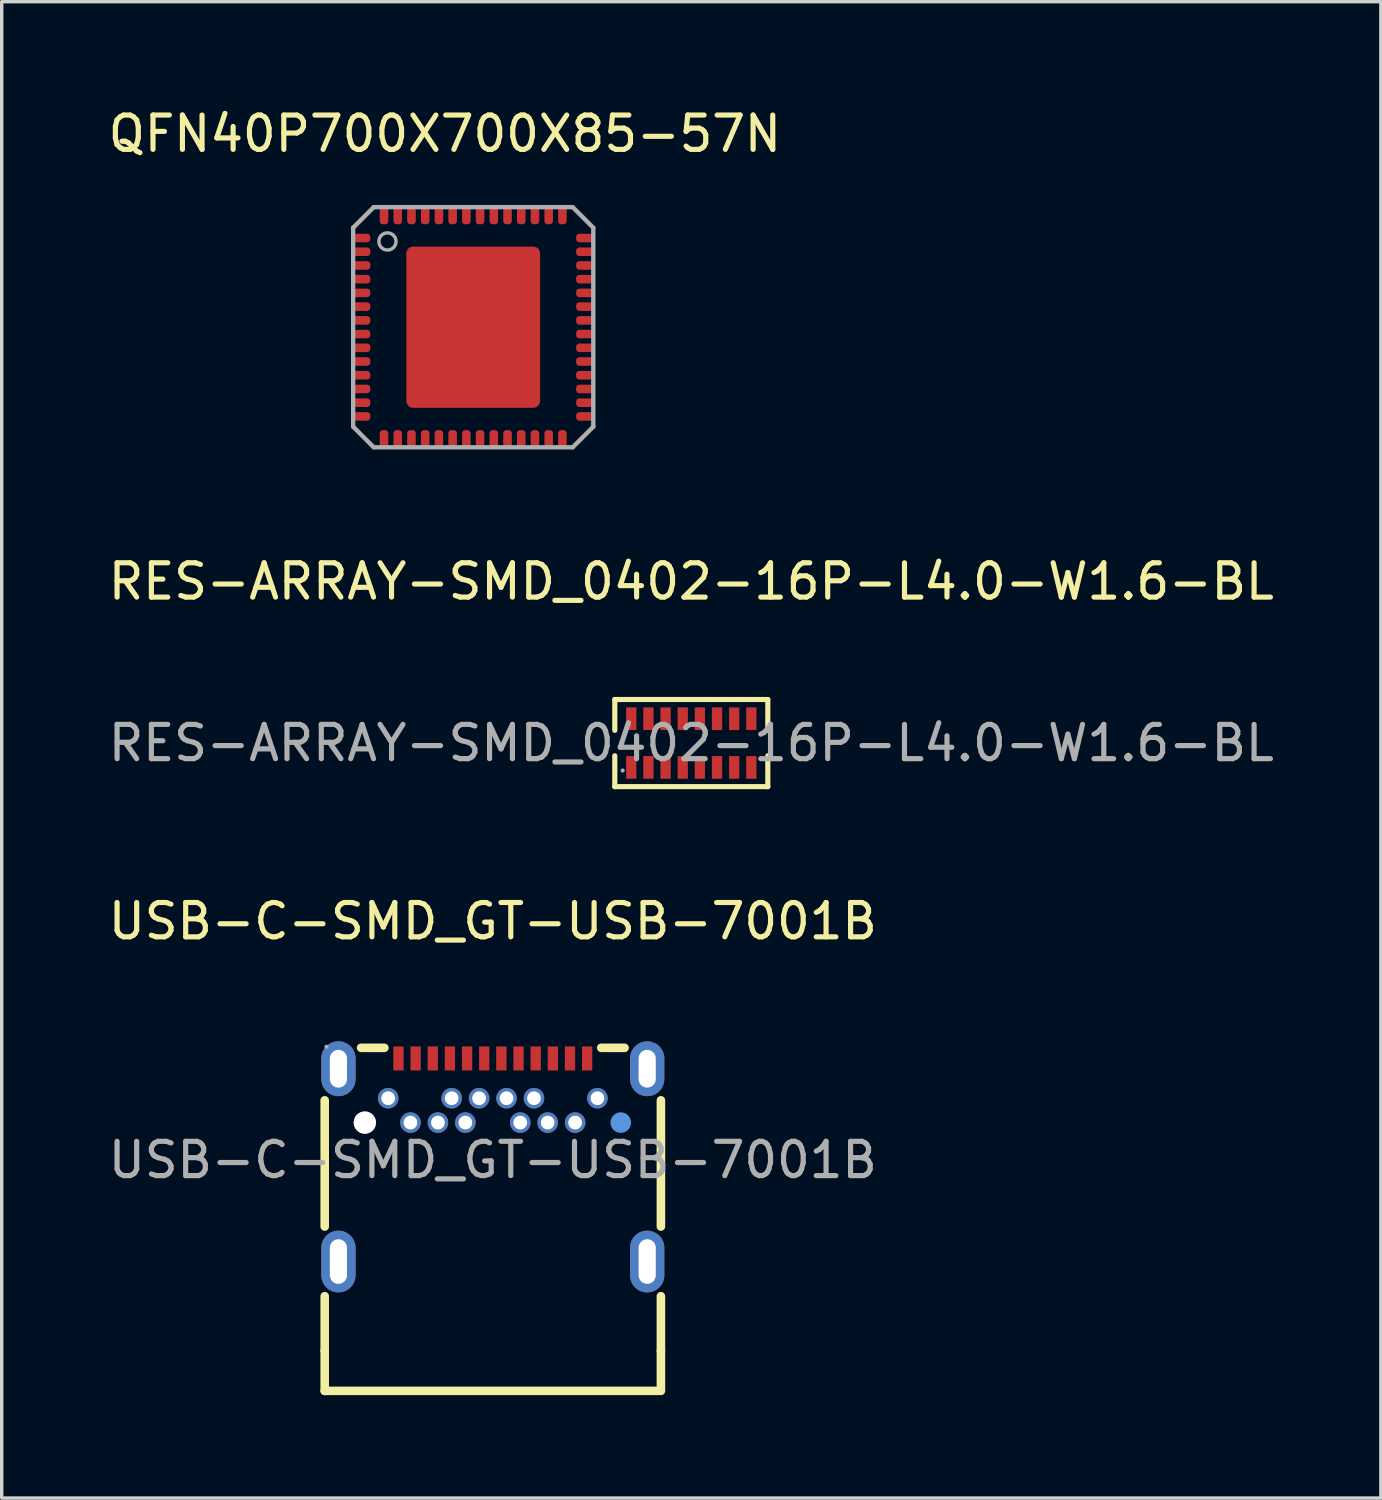
<source format=kicad_pcb>
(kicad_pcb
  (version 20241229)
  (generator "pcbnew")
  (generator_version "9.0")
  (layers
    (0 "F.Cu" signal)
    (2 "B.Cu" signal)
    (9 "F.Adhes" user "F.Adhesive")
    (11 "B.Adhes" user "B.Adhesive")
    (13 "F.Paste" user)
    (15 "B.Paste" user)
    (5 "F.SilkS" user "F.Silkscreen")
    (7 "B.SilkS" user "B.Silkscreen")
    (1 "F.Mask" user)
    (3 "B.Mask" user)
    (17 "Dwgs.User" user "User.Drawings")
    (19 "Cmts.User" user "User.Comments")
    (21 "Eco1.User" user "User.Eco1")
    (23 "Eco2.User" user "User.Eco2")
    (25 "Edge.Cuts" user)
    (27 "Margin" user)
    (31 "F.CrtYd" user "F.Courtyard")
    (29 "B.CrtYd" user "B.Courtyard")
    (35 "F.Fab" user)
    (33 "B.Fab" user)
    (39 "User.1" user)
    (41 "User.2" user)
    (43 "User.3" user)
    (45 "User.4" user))
  (footprint "QFN40P700X700X85-57N"
    (layer "F.Cu")
    (at 10.744 6.488)
    (property "Reference" "QFN40P700X700X85-57N" (at -0.826 -5.639 0) (layer "F.SilkS") (effects (font (size 1.001 1.001) (thickness 0.15))))
    (attr smd)
    (fp_line (start -3.5 -2.9) (end -3.5 2.9) (stroke (width 0.127) (type solid)) (layer "F.Fab"))
    (fp_line (start -3.5 2.9) (end -2.9 3.5) (stroke (width 0.127) (type solid)) (layer "F.Fab"))
    (fp_line (start -2.9 -3.5) (end -3.5 -2.9) (stroke (width 0.127) (type solid)) (layer "F.Fab"))
    (fp_line (start -2.9 3.5) (end 2.9 3.5) (stroke (width 0.127) (type solid)) (layer "F.Fab"))
    (fp_line (start 2.9 -3.5) (end -2.9 -3.5) (stroke (width 0.127) (type solid)) (layer "F.Fab"))
    (fp_line (start 2.9 -3.5) (end 3.5 -2.9) (stroke (width 0.127) (type solid)) (layer "F.Fab"))
    (fp_line (start 3.5 2.9) (end 2.9 3.5) (stroke (width 0.127) (type solid)) (layer "F.Fab"))
    (fp_line (start 3.5 2.9) (end 3.5 -2.9) (stroke (width 0.127) (type solid)) (layer "F.Fab"))
    (fp_circle (center -2.5 -2.5) (end -2.25 -2.5) (stroke (width 0.1) (type solid)) (fill no) (layer "F.Fab"))
    (pad "1" smd roundrect (at -3.25 -2.6) (size 0.5 0.25) (layers "F.Cu" "F.Mask" "F.Paste") (roundrect_rratio 0.375))
    (pad "2" smd roundrect (at -3.25 -2.2) (size 0.5 0.25) (layers "F.Cu" "F.Mask" "F.Paste") (roundrect_rratio 0.375))
    (pad "3" smd roundrect (at -3.25 -1.8) (size 0.5 0.25) (layers "F.Cu" "F.Mask" "F.Paste") (roundrect_rratio 0.375))
    (pad "4" smd roundrect (at -3.25 -1.4) (size 0.5 0.25) (layers "F.Cu" "F.Mask" "F.Paste") (roundrect_rratio 0.375))
    (pad "5" smd roundrect (at -3.25 -1) (size 0.5 0.25) (layers "F.Cu" "F.Mask" "F.Paste") (roundrect_rratio 0.375))
    (pad "6" smd roundrect (at -3.25 -0.6) (size 0.5 0.25) (layers "F.Cu" "F.Mask" "F.Paste") (roundrect_rratio 0.375))
    (pad "7" smd roundrect (at -3.25 -0.2) (size 0.5 0.25) (layers "F.Cu" "F.Mask" "F.Paste") (roundrect_rratio 0.375))
    (pad "8" smd roundrect (at -3.25 0.2) (size 0.5 0.25) (layers "F.Cu" "F.Mask" "F.Paste") (roundrect_rratio 0.375))
    (pad "9" smd roundrect (at -3.25 0.6) (size 0.5 0.25) (layers "F.Cu" "F.Mask" "F.Paste") (roundrect_rratio 0.375))
    (pad "10" smd roundrect (at -3.25 1) (size 0.5 0.25) (layers "F.Cu" "F.Mask" "F.Paste") (roundrect_rratio 0.375))
    (pad "11" smd roundrect (at -3.25 1.4) (size 0.5 0.25) (layers "F.Cu" "F.Mask" "F.Paste") (roundrect_rratio 0.375))
    (pad "12" smd roundrect (at -3.25 1.8) (size 0.5 0.25) (layers "F.Cu" "F.Mask" "F.Paste") (roundrect_rratio 0.375))
    (pad "13" smd roundrect (at -3.25 2.2) (size 0.5 0.25) (layers "F.Cu" "F.Mask" "F.Paste") (roundrect_rratio 0.375))
    (pad "14" smd roundrect (at -3.25 2.6) (size 0.5 0.25) (layers "F.Cu" "F.Mask" "F.Paste") (roundrect_rratio 0.375))
    (pad "15" smd roundrect (at -2.6 3.25 90) (size 0.5 0.25) (layers "F.Cu" "F.Mask" "F.Paste") (roundrect_rratio 0.375))
    (pad "16" smd roundrect (at -2.2 3.25 90) (size 0.5 0.25) (layers "F.Cu" "F.Mask" "F.Paste") (roundrect_rratio 0.375))
    (pad "17" smd roundrect (at -1.8 3.25 90) (size 0.5 0.25) (layers "F.Cu" "F.Mask" "F.Paste") (roundrect_rratio 0.375))
    (pad "18" smd roundrect (at -1.4 3.25 90) (size 0.5 0.25) (layers "F.Cu" "F.Mask" "F.Paste") (roundrect_rratio 0.375))
    (pad "19" smd roundrect (at -1 3.25 90) (size 0.5 0.25) (layers "F.Cu" "F.Mask" "F.Paste") (roundrect_rratio 0.375))
    (pad "20" smd roundrect (at -0.6 3.25 90) (size 0.5 0.25) (layers "F.Cu" "F.Mask" "F.Paste") (roundrect_rratio 0.375))
    (pad "21" smd roundrect (at -0.2 3.25 90) (size 0.5 0.25) (layers "F.Cu" "F.Mask" "F.Paste") (roundrect_rratio 0.375))
    (pad "22" smd roundrect (at 0.2 3.25 90) (size 0.5 0.25) (layers "F.Cu" "F.Mask" "F.Paste") (roundrect_rratio 0.375))
    (pad "23" smd roundrect (at 0.6 3.25 90) (size 0.5 0.25) (layers "F.Cu" "F.Mask" "F.Paste") (roundrect_rratio 0.375))
    (pad "24" smd roundrect (at 1 3.25 90) (size 0.5 0.25) (layers "F.Cu" "F.Mask" "F.Paste") (roundrect_rratio 0.375))
    (pad "25" smd roundrect (at 1.4 3.25 90) (size 0.5 0.25) (layers "F.Cu" "F.Mask" "F.Paste") (roundrect_rratio 0.375))
    (pad "26" smd roundrect (at 1.8 3.25 90) (size 0.5 0.25) (layers "F.Cu" "F.Mask" "F.Paste") (roundrect_rratio 0.375))
    (pad "27" smd roundrect (at 2.2 3.25 90) (size 0.5 0.25) (layers "F.Cu" "F.Mask" "F.Paste") (roundrect_rratio 0.375))
    (pad "28" smd roundrect (at 2.6 3.25 90) (size 0.5 0.25) (layers "F.Cu" "F.Mask" "F.Paste") (roundrect_rratio 0.375))
    (pad "29" smd roundrect (at 3.25 2.6 180) (size 0.5 0.25) (layers "F.Cu" "F.Mask" "F.Paste") (roundrect_rratio 0.375))
    (pad "30" smd roundrect (at 3.25 2.2 180) (size 0.5 0.25) (layers "F.Cu" "F.Mask" "F.Paste") (roundrect_rratio 0.375))
    (pad "31" smd roundrect (at 3.25 1.8 180) (size 0.5 0.25) (layers "F.Cu" "F.Mask" "F.Paste") (roundrect_rratio 0.375))
    (pad "32" smd roundrect (at 3.25 1.4 180) (size 0.5 0.25) (layers "F.Cu" "F.Mask" "F.Paste") (roundrect_rratio 0.375))
    (pad "33" smd roundrect (at 3.25 1 180) (size 0.5 0.25) (layers "F.Cu" "F.Mask" "F.Paste") (roundrect_rratio 0.375))
    (pad "34" smd roundrect (at 3.25 0.6 180) (size 0.5 0.25) (layers "F.Cu" "F.Mask" "F.Paste") (roundrect_rratio 0.375))
    (pad "35" smd roundrect (at 3.25 0.2 180) (size 0.5 0.25) (layers "F.Cu" "F.Mask" "F.Paste") (roundrect_rratio 0.375))
    (pad "36" smd roundrect (at 3.25 -0.2 180) (size 0.5 0.25) (layers "F.Cu" "F.Mask" "F.Paste") (roundrect_rratio 0.375))
    (pad "37" smd roundrect (at 3.25 -0.6 180) (size 0.5 0.25) (layers "F.Cu" "F.Mask" "F.Paste") (roundrect_rratio 0.375))
    (pad "38" smd roundrect (at 3.25 -1 180) (size 0.5 0.25) (layers "F.Cu" "F.Mask" "F.Paste") (roundrect_rratio 0.375))
    (pad "39" smd roundrect (at 3.25 -1.4 180) (size 0.5 0.25) (layers "F.Cu" "F.Mask" "F.Paste") (roundrect_rratio 0.375))
    (pad "40" smd roundrect (at 3.25 -1.8 180) (size 0.5 0.25) (layers "F.Cu" "F.Mask" "F.Paste") (roundrect_rratio 0.375))
    (pad "41" smd roundrect (at 3.25 -2.2 180) (size 0.5 0.25) (layers "F.Cu" "F.Mask" "F.Paste") (roundrect_rratio 0.375))
    (pad "42" smd roundrect (at 3.25 -2.6 180) (size 0.5 0.25) (layers "F.Cu" "F.Mask" "F.Paste") (roundrect_rratio 0.375))
    (pad "43" smd roundrect (at 2.6 -3.25 270) (size 0.5 0.25) (layers "F.Cu" "F.Mask" "F.Paste") (roundrect_rratio 0.375))
    (pad "44" smd roundrect (at 2.2 -3.25 270) (size 0.5 0.25) (layers "F.Cu" "F.Mask" "F.Paste") (roundrect_rratio 0.375))
    (pad "45" smd roundrect (at 1.8 -3.25 270) (size 0.5 0.25) (layers "F.Cu" "F.Mask" "F.Paste") (roundrect_rratio 0.375))
    (pad "46" smd roundrect (at 1.4 -3.25 270) (size 0.5 0.25) (layers "F.Cu" "F.Mask" "F.Paste") (roundrect_rratio 0.375))
    (pad "47" smd roundrect (at 1 -3.25 270) (size 0.5 0.25) (layers "F.Cu" "F.Mask" "F.Paste") (roundrect_rratio 0.375))
    (pad "48" smd roundrect (at 0.6 -3.25 270) (size 0.5 0.25) (layers "F.Cu" "F.Mask" "F.Paste") (roundrect_rratio 0.375))
    (pad "49" smd roundrect (at 0.2 -3.25 270) (size 0.5 0.25) (layers "F.Cu" "F.Mask" "F.Paste") (roundrect_rratio 0.375))
    (pad "50" smd roundrect (at -0.2 -3.25 270) (size 0.5 0.25) (layers "F.Cu" "F.Mask" "F.Paste") (roundrect_rratio 0.375))
    (pad "51" smd roundrect (at -0.6 -3.25 270) (size 0.5 0.25) (layers "F.Cu" "F.Mask" "F.Paste") (roundrect_rratio 0.375))
    (pad "52" smd roundrect (at -1 -3.25 270) (size 0.5 0.25) (layers "F.Cu" "F.Mask" "F.Paste") (roundrect_rratio 0.375))
    (pad "53" smd roundrect (at -1.4 -3.25 270) (size 0.5 0.25) (layers "F.Cu" "F.Mask" "F.Paste") (roundrect_rratio 0.375))
    (pad "54" smd roundrect (at -1.8 -3.25 270) (size 0.5 0.25) (layers "F.Cu" "F.Mask" "F.Paste") (roundrect_rratio 0.375))
    (pad "55" smd roundrect (at -2.2 -3.25 270) (size 0.5 0.25) (layers "F.Cu" "F.Mask" "F.Paste") (roundrect_rratio 0.375))
    (pad "56" smd roundrect (at -2.6 -3.25 270) (size 0.5 0.25) (layers "F.Cu" "F.Mask" "F.Paste") (roundrect_rratio 0.375))
    (pad "PAD" smd roundrect (at 0 0) (size 3.9 4.7) (layers "F.Cu" "F.Mask" "F.Paste") (roundrect_rratio 0.05)))
  (footprint "RES-ARRAY-SMD_0402-16P-L4.0-W1.6-BL"
    (layer "F.Cu")
    (at 17.101 18.61)
    (property "Reference" "RES-ARRAY-SMD_0402-16P-L4.0-W1.6-BL" (at 0 -4.71 0) (layer "F.SilkS") (effects (font (size 1 1) (thickness 0.15))))
    (attr smd)
    (fp_line (start -2.23 -1.27) (end 2.23 -1.27) (stroke (width 0.15) (type solid)) (layer "F.SilkS"))
    (fp_line (start -2.23 -0.37) (end -2.23 -1.27) (stroke (width 0.15) (type solid)) (layer "F.SilkS"))
    (fp_line (start -2.23 0.37) (end -2.23 1.27) (stroke (width 0.15) (type solid)) (layer "F.SilkS"))
    (fp_line (start -2.23 1.27) (end 2.23 1.27) (stroke (width 0.15) (type solid)) (layer "F.SilkS"))
    (fp_line (start 2.23 -1.27) (end 2.23 -0.37) (stroke (width 0.15) (type solid)) (layer "F.SilkS"))
    (fp_line (start 2.23 1.27) (end 2.23 0.37) (stroke (width 0.15) (type solid)) (layer "F.SilkS"))
    (fp_circle (center -2 0.8) (end -1.97 0.8) (stroke (width 0.06) (type solid)) (fill no) (layer "F.Fab"))
    (fp_text user "${REFERENCE}" (at 0 0 0) (layer "F.Fab") (effects (font (size 1 1) (thickness 0.15))))
    (pad "1" smd rect (at -1.75 0.71) (size 0.3 0.66) (layers "F.Cu" "F.Mask" "F.Paste"))
    (pad "2" smd rect (at -1.25 0.71) (size 0.3 0.66) (layers "F.Cu" "F.Mask" "F.Paste"))
    (pad "3" smd rect (at -0.75 0.71) (size 0.3 0.66) (layers "F.Cu" "F.Mask" "F.Paste"))
    (pad "4" smd rect (at -0.25 0.71) (size 0.3 0.66) (layers "F.Cu" "F.Mask" "F.Paste"))
    (pad "5" smd rect (at 0.25 0.71) (size 0.3 0.66) (layers "F.Cu" "F.Mask" "F.Paste"))
    (pad "6" smd rect (at 0.75 0.71) (size 0.3 0.66) (layers "F.Cu" "F.Mask" "F.Paste"))
    (pad "7" smd rect (at 1.25 0.71) (size 0.3 0.66) (layers "F.Cu" "F.Mask" "F.Paste"))
    (pad "8" smd rect (at 1.75 0.71) (size 0.3 0.66) (layers "F.Cu" "F.Mask" "F.Paste"))
    (pad "9" smd rect (at 1.75 -0.71) (size 0.3 0.66) (layers "F.Cu" "F.Mask" "F.Paste"))
    (pad "10" smd rect (at 1.25 -0.71) (size 0.3 0.66) (layers "F.Cu" "F.Mask" "F.Paste"))
    (pad "11" smd rect (at 0.75 -0.71) (size 0.3 0.66) (layers "F.Cu" "F.Mask" "F.Paste"))
    (pad "12" smd rect (at 0.25 -0.71) (size 0.3 0.66) (layers "F.Cu" "F.Mask" "F.Paste"))
    (pad "13" smd rect (at -0.25 -0.71) (size 0.3 0.66) (layers "F.Cu" "F.Mask" "F.Paste"))
    (pad "14" smd rect (at -0.75 -0.71) (size 0.3 0.66) (layers "F.Cu" "F.Mask" "F.Paste"))
    (pad "15" smd rect (at -1.25 -0.71) (size 0.3 0.66) (layers "F.Cu" "F.Mask" "F.Paste"))
    (pad "16" smd rect (at -1.75 -0.71) (size 0.3 0.66) (layers "F.Cu" "F.Mask" "F.Paste")))
  (footprint "USB-C-SMD_GT-USB-7001B"
    (layer "F.Cu")
    (at 11.315 30.763)
    (property "Reference" "USB-C-SMD_GT-USB-7001B" (at 0 -6.96 0) (layer "F.SilkS") (effects (font (size 1 1) (thickness 0.15))))
    (attr smd)
    (fp_line (start -4.9 1.94) (end -4.9 -1.74) (stroke (width 0.25) (type solid)) (layer "F.SilkS"))
    (fp_line (start -4.9 5.56) (end -4.9 3.97) (stroke (width 0.25) (type solid)) (layer "F.SilkS"))
    (fp_line (start -4.9 5.56) (end -4.9 6.73) (stroke (width 0.25) (type solid)) (layer "F.SilkS"))
    (fp_line (start -4.9 6.73) (end 4.83 6.73) (stroke (width 0.25) (type solid)) (layer "F.SilkS"))
    (fp_line (start -3.84 -3.27) (end -3.16 -3.27) (stroke (width 0.25) (type solid)) (layer "F.SilkS"))
    (fp_line (start 3.16 -3.27) (end 3.84 -3.27) (stroke (width 0.25) (type solid)) (layer "F.SilkS"))
    (fp_line (start 4.9 1.94) (end 4.9 -1.74) (stroke (width 0.25) (type solid)) (layer "F.SilkS"))
    (fp_line (start 4.9 3.97) (end 4.9 5.56) (stroke (width 0.25) (type solid)) (layer "F.SilkS"))
    (fp_line (start 4.9 5.56) (end 4.9 6.73) (stroke (width 0.25) (type solid)) (layer "F.SilkS"))
    (fp_circle (center -3.73 -1.09) (end -3.58 -1.09) (stroke (width 0.3) (type solid)) (fill no) (layer "Cmts.User"))
    (fp_circle (center 3.73 -1.09) (end 3.88 -1.09) (stroke (width 0.3) (type solid)) (fill no) (layer "Cmts.User"))
    (fp_circle (center -4.85 -3.3) (end -4.82 -3.3) (stroke (width 0.06) (type solid)) (fill no) (layer "F.Fab"))
    (fp_text user "${REFERENCE}" (at 0 0 0) (layer "F.Fab") (effects (font (size 1 1) (thickness 0.15))))
    (pad "" thru_hole circle (at -3.73 -1.09) (size 0.65 0.65) (drill 0.65) (layers "*.Cu" "*.Mask"))
    (pad "25" thru_hole oval (at -4.5 -2.66) (size 1 1.6) (drill oval 0.5 1.1) (layers "*.Cu" "*.Mask"))
    (pad "26" thru_hole oval (at -4.5 2.96) (size 1 1.8) (drill oval 0.5 1.3) (layers "*.Cu" "*.Mask"))
    (pad "27" thru_hole oval (at 4.5 2.96) (size 1 1.8) (drill oval 0.5 1.3) (layers "*.Cu" "*.Mask"))
    (pad "28" thru_hole oval (at 4.5 -2.66) (size 1 1.6) (drill oval 0.5 1.1) (layers "*.Cu" "*.Mask"))
    (pad "A1" smd rect (at -2.75 -2.96) (size 0.3 0.7) (layers "F.Cu" "F.Mask" "F.Paste"))
    (pad "A2" smd rect (at -2.25 -2.96) (size 0.3 0.7) (layers "F.Cu" "F.Mask" "F.Paste"))
    (pad "A3" smd rect (at -1.75 -2.96) (size 0.3 0.7) (layers "F.Cu" "F.Mask" "F.Paste"))
    (pad "A4" smd rect (at -1.25 -2.96) (size 0.3 0.7) (layers "F.Cu" "F.Mask" "F.Paste"))
    (pad "A5" smd rect (at -0.75 -2.96) (size 0.3 0.7) (layers "F.Cu" "F.Mask" "F.Paste"))
    (pad "A6" smd rect (at -0.25 -2.96) (size 0.3 0.7) (layers "F.Cu" "F.Mask" "F.Paste"))
    (pad "A7" smd rect (at 0.25 -2.96) (size 0.3 0.7) (layers "F.Cu" "F.Mask" "F.Paste"))
    (pad "A8" smd rect (at 0.75 -2.96) (size 0.3 0.7) (layers "F.Cu" "F.Mask" "F.Paste"))
    (pad "A9" smd rect (at 1.25 -2.96) (size 0.3 0.7) (layers "F.Cu" "F.Mask" "F.Paste"))
    (pad "A10" smd rect (at 1.75 -2.96) (size 0.3 0.7) (layers "F.Cu" "F.Mask" "F.Paste"))
    (pad "A11" smd rect (at 2.25 -2.96) (size 0.3 0.7) (layers "F.Cu" "F.Mask" "F.Paste"))
    (pad "A12" smd rect (at 2.75 -2.96) (size 0.3 0.7) (layers "F.Cu" "F.Mask" "F.Paste"))
    (pad "B1" thru_hole circle (at 3.05 -1.8) (size 0.6 0.6) (drill 0.4) (layers "*.Cu" "*.Mask"))
    (pad "B2" thru_hole circle (at 2.4 -1.09) (size 0.6 0.6) (drill 0.4) (layers "*.Cu" "*.Mask"))
    (pad "B3" thru_hole circle (at 1.6 -1.09) (size 0.6 0.6) (drill 0.4) (layers "*.Cu" "*.Mask"))
    (pad "B4" thru_hole circle (at 1.2 -1.8) (size 0.6 0.6) (drill 0.4) (layers "*.Cu" "*.Mask"))
    (pad "B5" thru_hole circle (at 0.8 -1.09) (size 0.6 0.6) (drill 0.4) (layers "*.Cu" "*.Mask"))
    (pad "B6" thru_hole circle (at 0.4 -1.8) (size 0.6 0.6) (drill 0.4) (layers "*.Cu" "*.Mask"))
    (pad "B7" thru_hole circle (at -0.4 -1.8) (size 0.6 0.6) (drill 0.4) (layers "*.Cu" "*.Mask"))
    (pad "B8" thru_hole circle (at -0.8 -1.09) (size 0.6 0.6) (drill 0.4) (layers "*.Cu" "*.Mask"))
    (pad "B9" thru_hole circle (at -1.2 -1.8) (size 0.6 0.6) (drill 0.4) (layers "*.Cu" "*.Mask"))
    (pad "B10" thru_hole circle (at -1.6 -1.09) (size 0.6 0.6) (drill 0.4) (layers "*.Cu" "*.Mask"))
    (pad "B11" thru_hole circle (at -2.4 -1.09) (size 0.6 0.6) (drill 0.4) (layers "*.Cu" "*.Mask"))
    (pad "B12" thru_hole circle (at -3.05 -1.8) (size 0.6 0.6) (drill 0.4) (layers "*.Cu" "*.Mask")))
  (gr_rect
    (start -3 -3)
    (end 37.202 40.618)
    (stroke (width 0.1) (type default))
    (fill no)
    (layer "Edge.Cuts")))
</source>
